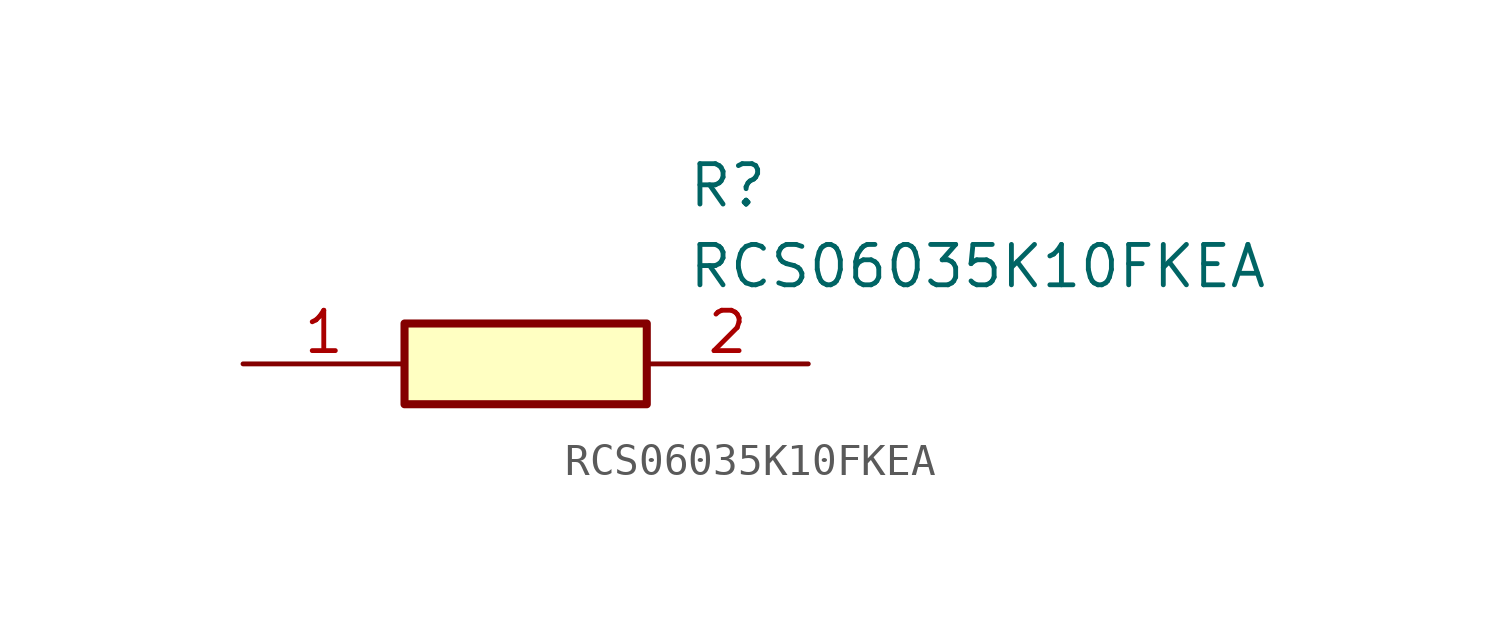
<source format=kicad_sym>
(kicad_symbol_lib
  (version 20211014)
  (generator SamacSys_ECAD_Model)
  (symbol "RCS06035K10FKEA"
    (pin_names hide)
    (property "Reference" "R"
      (at 13.97 6.35 0)
      (effects (font (size 1.27 1.27)) (justify left top)))
    (property "Value" "RCS06035K10FKEA"
      (at 13.97 3.81 0)
      (effects (font (size 1.27 1.27)) (justify left top)))
    (rectangle
      (start 5.08 1.27)
      (end 12.7 -1.27)
      (stroke (width 0.254) (type default))
      (fill (type background)))
    (pin passive line
      (at 0 0 0)
      (length 5.08)
      (name "1" (effects (font (size 1.27 1.27))))
      (number "1" (effects (font (size 1.27 1.27)))))
    (pin passive line
      (at 17.78 0 180)
      (length 5.08)
      (name "2" (effects (font (size 1.27 1.27))))
      (number "2" (effects (font (size 1.27 1.27)))))))
</source>
